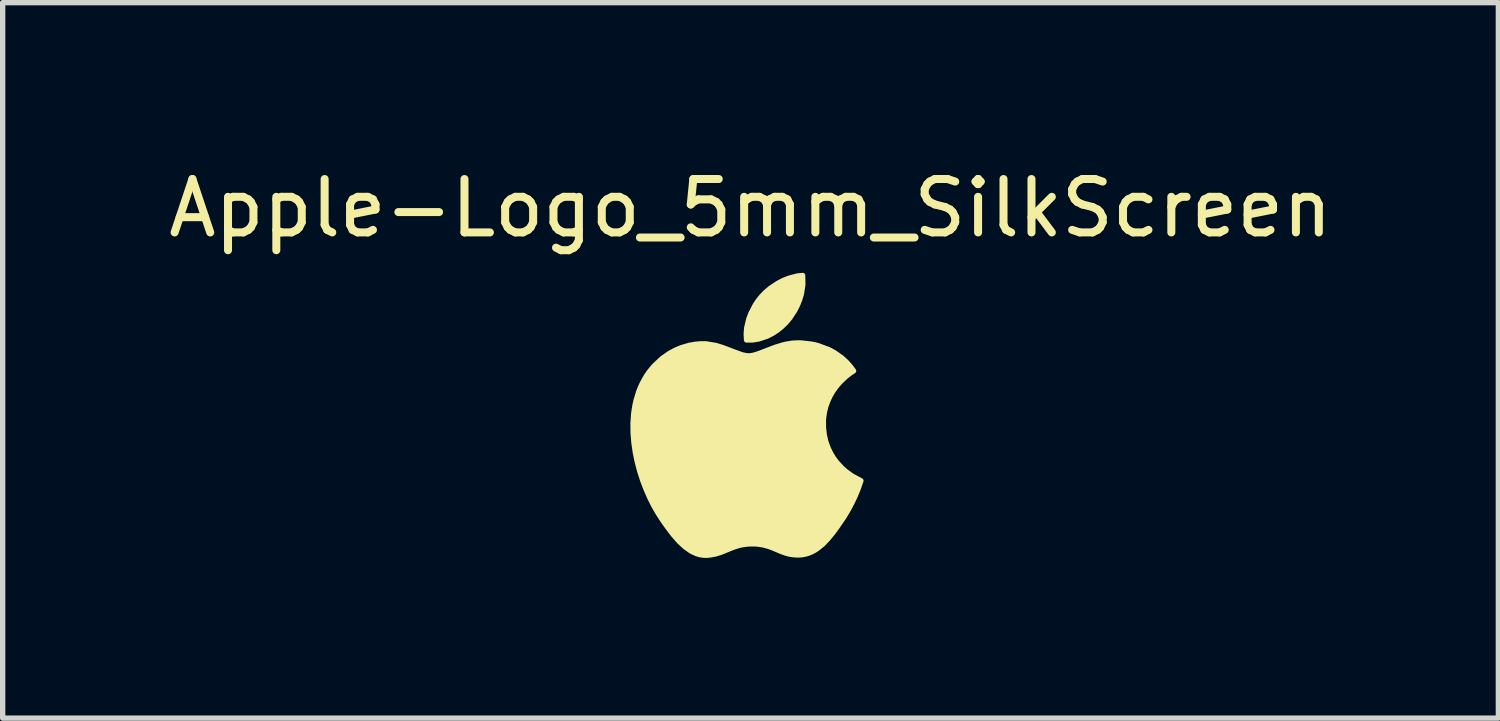
<source format=kicad_pcb>
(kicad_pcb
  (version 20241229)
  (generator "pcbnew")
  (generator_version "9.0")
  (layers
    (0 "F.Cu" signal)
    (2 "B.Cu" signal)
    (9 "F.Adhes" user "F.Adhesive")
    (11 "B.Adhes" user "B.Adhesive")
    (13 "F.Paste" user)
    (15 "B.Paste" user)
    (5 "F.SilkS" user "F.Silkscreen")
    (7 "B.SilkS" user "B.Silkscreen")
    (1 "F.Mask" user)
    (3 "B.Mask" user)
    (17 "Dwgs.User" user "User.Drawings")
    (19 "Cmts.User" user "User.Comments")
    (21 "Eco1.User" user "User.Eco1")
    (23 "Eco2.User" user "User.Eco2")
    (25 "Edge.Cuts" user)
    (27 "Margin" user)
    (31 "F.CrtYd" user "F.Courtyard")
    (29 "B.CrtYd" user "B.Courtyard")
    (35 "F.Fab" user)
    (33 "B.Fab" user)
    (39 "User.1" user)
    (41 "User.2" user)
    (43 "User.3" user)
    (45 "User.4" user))
  (footprint "Apple-Logo_5mm_SilkScreen"
    (layer "F.Cu")
    (at 11.006 5.166)
    (property "Reference" "Apple-Logo_5mm_SilkScreen" (at 0 -4.318 0) (layer "F.SilkS") (effects (font (size 1 1) (thickness 0.15))))
    (attr board_only exclude_from_pos_files exclude_from_bom)
    (fp_line (start -2.2 -0.284) (end -2.188 -0.461) (stroke (width 0.017) (type solid)) (layer "F.SilkS"))
    (fp_line (start -2.198 -0.104) (end -2.2 -0.284) (stroke (width 0.017) (type solid)) (layer "F.SilkS"))
    (fp_line (start -2.188 -0.461) (end -2.176 -0.549) (stroke (width 0.017) (type solid)) (layer "F.SilkS"))
    (fp_line (start -2.183 0.076) (end -2.198 -0.104) (stroke (width 0.017) (type solid)) (layer "F.SilkS"))
    (fp_line (start -2.176 -0.549) (end -2.161 -0.635) (stroke (width 0.017) (type solid)) (layer "F.SilkS"))
    (fp_line (start -2.161 -0.635) (end -2.142 -0.72) (stroke (width 0.017) (type solid)) (layer "F.SilkS"))
    (fp_line (start -2.157 0.256) (end -2.183 0.076) (stroke (width 0.017) (type solid)) (layer "F.SilkS"))
    (fp_line (start -2.142 -0.72) (end -2.118 -0.804) (stroke (width 0.017) (type solid)) (layer "F.SilkS"))
    (fp_line (start -2.12 0.435) (end -2.157 0.256) (stroke (width 0.017) (type solid)) (layer "F.SilkS"))
    (fp_line (start -2.118 -0.804) (end -2.091 -0.886) (stroke (width 0.017) (type solid)) (layer "F.SilkS"))
    (fp_line (start -2.091 -0.886) (end -2.059 -0.966) (stroke (width 0.017) (type solid)) (layer "F.SilkS"))
    (fp_line (start -2.074 0.61) (end -2.12 0.435) (stroke (width 0.017) (type solid)) (layer "F.SilkS"))
    (fp_line (start -2.059 -0.966) (end -2.022 -1.044) (stroke (width 0.017) (type solid)) (layer "F.SilkS"))
    (fp_line (start -2.022 -1.044) (end -1.981 -1.121) (stroke (width 0.017) (type solid)) (layer "F.SilkS"))
    (fp_line (start -2.019 0.78) (end -2.074 0.61) (stroke (width 0.017) (type solid)) (layer "F.SilkS"))
    (fp_line (start -1.981 -1.121) (end -1.981 -1.121) (stroke (width 0.017) (type solid)) (layer "F.SilkS"))
    (fp_line (start -1.981 -1.121) (end -1.959 -1.158) (stroke (width 0.017) (type solid)) (layer "F.SilkS"))
    (fp_line (start -1.959 -1.158) (end -1.936 -1.194) (stroke (width 0.017) (type solid)) (layer "F.SilkS"))
    (fp_line (start -1.956 0.945) (end -2.019 0.78) (stroke (width 0.017) (type solid)) (layer "F.SilkS"))
    (fp_line (start -1.936 -1.194) (end -1.912 -1.229) (stroke (width 0.017) (type solid)) (layer "F.SilkS"))
    (fp_line (start -1.912 -1.229) (end -1.887 -1.263) (stroke (width 0.017) (type solid)) (layer "F.SilkS"))
    (fp_line (start -1.887 -1.263) (end -1.861 -1.296) (stroke (width 0.017) (type solid)) (layer "F.SilkS"))
    (fp_line (start -1.887 1.103) (end -1.956 0.945) (stroke (width 0.017) (type solid)) (layer "F.SilkS"))
    (fp_line (start -1.861 -1.296) (end -1.834 -1.329) (stroke (width 0.017) (type solid)) (layer "F.SilkS"))
    (fp_line (start -1.834 -1.329) (end -1.806 -1.36) (stroke (width 0.017) (type solid)) (layer "F.SilkS"))
    (fp_line (start -1.812 1.252) (end -1.887 1.103) (stroke (width 0.017) (type solid)) (layer "F.SilkS"))
    (fp_line (start -1.806 -1.36) (end -1.778 -1.39) (stroke (width 0.017) (type solid)) (layer "F.SilkS"))
    (fp_line (start -1.778 -1.39) (end -1.748 -1.42) (stroke (width 0.017) (type solid)) (layer "F.SilkS"))
    (fp_line (start -1.748 -1.42) (end -1.718 -1.448) (stroke (width 0.017) (type solid)) (layer "F.SilkS"))
    (fp_line (start -1.732 1.392) (end -1.812 1.252) (stroke (width 0.017) (type solid)) (layer "F.SilkS"))
    (fp_line (start -1.718 -1.448) (end -1.655 -1.502) (stroke (width 0.017) (type solid)) (layer "F.SilkS"))
    (fp_line (start -1.655 -1.502) (end -1.622 -1.527) (stroke (width 0.017) (type solid)) (layer "F.SilkS"))
    (fp_line (start -1.649 1.52) (end -1.732 1.392) (stroke (width 0.017) (type solid)) (layer "F.SilkS"))
    (fp_line (start -1.649 1.52) (end -1.649 1.52) (stroke (width 0.017) (type solid)) (layer "F.SilkS"))
    (fp_line (start -1.622 -1.527) (end -1.589 -1.551) (stroke (width 0.017) (type solid)) (layer "F.SilkS"))
    (fp_line (start -1.589 -1.551) (end -1.555 -1.574) (stroke (width 0.017) (type solid)) (layer "F.SilkS"))
    (fp_line (start -1.565 1.64) (end -1.649 1.52) (stroke (width 0.017) (type solid)) (layer "F.SilkS"))
    (fp_line (start -1.555 -1.574) (end -1.52 -1.596) (stroke (width 0.017) (type solid)) (layer "F.SilkS"))
    (fp_line (start -1.521 1.7) (end -1.565 1.64) (stroke (width 0.017) (type solid)) (layer "F.SilkS"))
    (fp_line (start -1.52 -1.596) (end -1.485 -1.617) (stroke (width 0.017) (type solid)) (layer "F.SilkS"))
    (fp_line (start -1.485 -1.617) (end -1.449 -1.636) (stroke (width 0.017) (type solid)) (layer "F.SilkS"))
    (fp_line (start -1.476 1.759) (end -1.521 1.7) (stroke (width 0.017) (type solid)) (layer "F.SilkS"))
    (fp_line (start -1.449 -1.636) (end -1.412 -1.655) (stroke (width 0.017) (type solid)) (layer "F.SilkS"))
    (fp_line (start -1.429 1.817) (end -1.476 1.759) (stroke (width 0.017) (type solid)) (layer "F.SilkS"))
    (fp_line (start -1.412 -1.655) (end -1.375 -1.672) (stroke (width 0.017) (type solid)) (layer "F.SilkS"))
    (fp_line (start -1.382 1.873) (end -1.429 1.817) (stroke (width 0.017) (type solid)) (layer "F.SilkS"))
    (fp_line (start -1.375 -1.672) (end -1.338 -1.688) (stroke (width 0.017) (type solid)) (layer "F.SilkS"))
    (fp_line (start -1.338 -1.688) (end -1.299 -1.703) (stroke (width 0.017) (type solid)) (layer "F.SilkS"))
    (fp_line (start -1.333 1.926) (end -1.382 1.873) (stroke (width 0.017) (type solid)) (layer "F.SilkS"))
    (fp_line (start -1.299 -1.703) (end -1.261 -1.716) (stroke (width 0.017) (type solid)) (layer "F.SilkS"))
    (fp_line (start -1.282 1.976) (end -1.333 1.926) (stroke (width 0.017) (type solid)) (layer "F.SilkS"))
    (fp_line (start -1.261 -1.716) (end -1.222 -1.728) (stroke (width 0.017) (type solid)) (layer "F.SilkS"))
    (fp_line (start -1.23 2.021) (end -1.282 1.976) (stroke (width 0.017) (type solid)) (layer "F.SilkS"))
    (fp_line (start -1.222 -1.728) (end -1.182 -1.739) (stroke (width 0.017) (type solid)) (layer "F.SilkS"))
    (fp_line (start -1.182 -1.739) (end -1.143 -1.749) (stroke (width 0.017) (type solid)) (layer "F.SilkS"))
    (fp_line (start -1.177 2.063) (end -1.23 2.021) (stroke (width 0.017) (type solid)) (layer "F.SilkS"))
    (fp_line (start -1.15 2.082) (end -1.177 2.063) (stroke (width 0.017) (type solid)) (layer "F.SilkS"))
    (fp_line (start -1.143 -1.749) (end -1.102 -1.757) (stroke (width 0.017) (type solid)) (layer "F.SilkS"))
    (fp_line (start -1.122 2.099) (end -1.15 2.082) (stroke (width 0.017) (type solid)) (layer "F.SilkS"))
    (fp_line (start -1.102 -1.757) (end -1.062 -1.764) (stroke (width 0.017) (type solid)) (layer "F.SilkS"))
    (fp_line (start -1.094 2.115) (end -1.122 2.099) (stroke (width 0.017) (type solid)) (layer "F.SilkS"))
    (fp_line (start -1.066 2.13) (end -1.094 2.115) (stroke (width 0.017) (type solid)) (layer "F.SilkS"))
    (fp_line (start -1.062 -1.764) (end -1.021 -1.769) (stroke (width 0.017) (type solid)) (layer "F.SilkS"))
    (fp_line (start -1.037 2.143) (end -1.066 2.13) (stroke (width 0.017) (type solid)) (layer "F.SilkS"))
    (fp_line (start -1.021 -1.769) (end -0.98 -1.774) (stroke (width 0.017) (type solid)) (layer "F.SilkS"))
    (fp_line (start -1.007 2.154) (end -1.037 2.143) (stroke (width 0.017) (type solid)) (layer "F.SilkS"))
    (fp_line (start -0.98 -1.774) (end -0.939 -1.776) (stroke (width 0.017) (type solid)) (layer "F.SilkS"))
    (fp_line (start -0.978 2.163) (end -1.007 2.154) (stroke (width 0.017) (type solid)) (layer "F.SilkS"))
    (fp_line (start -0.947 2.171) (end -0.978 2.163) (stroke (width 0.017) (type solid)) (layer "F.SilkS"))
    (fp_line (start -0.939 -1.776) (end -0.897 -1.778) (stroke (width 0.017) (type solid)) (layer "F.SilkS"))
    (fp_line (start -0.917 2.177) (end -0.947 2.171) (stroke (width 0.017) (type solid)) (layer "F.SilkS"))
    (fp_line (start -0.897 -1.778) (end -0.897 -1.778) (stroke (width 0.017) (type solid)) (layer "F.SilkS"))
    (fp_line (start -0.897 -1.778) (end -0.865 -1.777) (stroke (width 0.017) (type solid)) (layer "F.SilkS"))
    (fp_line (start -0.885 2.181) (end -0.917 2.177) (stroke (width 0.017) (type solid)) (layer "F.SilkS"))
    (fp_line (start -0.865 -1.777) (end -0.834 -1.776) (stroke (width 0.017) (type solid)) (layer "F.SilkS"))
    (fp_line (start -0.854 2.183) (end -0.885 2.181) (stroke (width 0.017) (type solid)) (layer "F.SilkS"))
    (fp_line (start -0.834 -1.776) (end -0.771 -1.77) (stroke (width 0.017) (type solid)) (layer "F.SilkS"))
    (fp_line (start -0.822 2.183) (end -0.854 2.183) (stroke (width 0.017) (type solid)) (layer "F.SilkS"))
    (fp_line (start -0.822 2.183) (end -0.822 2.183) (stroke (width 0.017) (type solid)) (layer "F.SilkS"))
    (fp_line (start -0.791 2.181) (end -0.822 2.183) (stroke (width 0.017) (type solid)) (layer "F.SilkS"))
    (fp_line (start -0.771 -1.77) (end -0.709 -1.759) (stroke (width 0.017) (type solid)) (layer "F.SilkS"))
    (fp_line (start -0.762 2.178) (end -0.791 2.181) (stroke (width 0.017) (type solid)) (layer "F.SilkS"))
    (fp_line (start -0.709 -1.759) (end -0.648 -1.745) (stroke (width 0.017) (type solid)) (layer "F.SilkS"))
    (fp_line (start -0.706 2.17) (end -0.762 2.178) (stroke (width 0.017) (type solid)) (layer "F.SilkS"))
    (fp_line (start -0.654 2.158) (end -0.706 2.17) (stroke (width 0.017) (type solid)) (layer "F.SilkS"))
    (fp_line (start -0.648 -1.745) (end -0.588 -1.728) (stroke (width 0.017) (type solid)) (layer "F.SilkS"))
    (fp_line (start -0.604 2.144) (end -0.654 2.158) (stroke (width 0.017) (type solid)) (layer "F.SilkS"))
    (fp_line (start -0.588 -1.728) (end -0.529 -1.708) (stroke (width 0.017) (type solid)) (layer "F.SilkS"))
    (fp_line (start -0.556 2.127) (end -0.604 2.144) (stroke (width 0.017) (type solid)) (layer "F.SilkS"))
    (fp_line (start -0.529 -1.708) (end -0.415 -1.666) (stroke (width 0.017) (type solid)) (layer "F.SilkS"))
    (fp_line (start -0.51 2.109) (end -0.556 2.127) (stroke (width 0.017) (type solid)) (layer "F.SilkS"))
    (fp_line (start -0.418 2.071) (end -0.51 2.109) (stroke (width 0.017) (type solid)) (layer "F.SilkS"))
    (fp_line (start -0.415 -1.666) (end -0.307 -1.624) (stroke (width 0.017) (type solid)) (layer "F.SilkS"))
    (fp_line (start -0.372 2.051) (end -0.418 2.071) (stroke (width 0.017) (type solid)) (layer "F.SilkS"))
    (fp_line (start -0.324 2.033) (end -0.372 2.051) (stroke (width 0.017) (type solid)) (layer "F.SilkS"))
    (fp_line (start -0.307 -1.624) (end -0.207 -1.586) (stroke (width 0.017) (type solid)) (layer "F.SilkS"))
    (fp_line (start -0.273 2.016) (end -0.324 2.033) (stroke (width 0.017) (type solid)) (layer "F.SilkS"))
    (fp_line (start -0.22 2) (end -0.273 2.016) (stroke (width 0.017) (type solid)) (layer "F.SilkS"))
    (fp_line (start -0.207 -1.586) (end -0.16 -1.571) (stroke (width 0.017) (type solid)) (layer "F.SilkS"))
    (fp_line (start -0.163 1.987) (end -0.22 2) (stroke (width 0.017) (type solid)) (layer "F.SilkS"))
    (fp_line (start -0.16 -1.571) (end -0.115 -1.56) (stroke (width 0.017) (type solid)) (layer "F.SilkS"))
    (fp_line (start -0.115 -1.56) (end -0.072 -1.552) (stroke (width 0.017) (type solid)) (layer "F.SilkS"))
    (fp_line (start -0.102 1.977) (end -0.163 1.987) (stroke (width 0.017) (type solid)) (layer "F.SilkS"))
    (fp_line (start -0.08 -1.963) (end -0.079 -1.906) (stroke (width 0.017) (type solid)) (layer "F.SilkS"))
    (fp_line (start -0.079 -1.906) (end -0.077 -1.878) (stroke (width 0.017) (type solid)) (layer "F.SilkS"))
    (fp_line (start -0.077 -2.019) (end -0.08 -1.963) (stroke (width 0.017) (type solid)) (layer "F.SilkS"))
    (fp_line (start -0.077 -1.878) (end -0.074 -1.849) (stroke (width 0.017) (type solid)) (layer "F.SilkS"))
    (fp_line (start -0.074 -1.849) (end -0.074 -1.849) (stroke (width 0.017) (type solid)) (layer "F.SilkS"))
    (fp_line (start -0.074 -1.849) (end -0.018 -1.847) (stroke (width 0.017) (type solid)) (layer "F.SilkS"))
    (fp_line (start -0.072 -1.552) (end -0.032 -1.55) (stroke (width 0.017) (type solid)) (layer "F.SilkS"))
    (fp_line (start -0.071 -2.075) (end -0.077 -2.019) (stroke (width 0.017) (type solid)) (layer "F.SilkS"))
    (fp_line (start -0.069 1.973) (end -0.102 1.977) (stroke (width 0.017) (type solid)) (layer "F.SilkS"))
    (fp_line (start -0.061 -2.131) (end -0.071 -2.075) (stroke (width 0.017) (type solid)) (layer "F.SilkS"))
    (fp_line (start -0.048 -2.186) (end -0.061 -2.131) (stroke (width 0.017) (type solid)) (layer "F.SilkS"))
    (fp_line (start -0.035 1.971) (end -0.069 1.973) (stroke (width 0.017) (type solid)) (layer "F.SilkS"))
    (fp_line (start -0.032 -1.55) (end -0.032 -1.55) (stroke (width 0.017) (type solid)) (layer "F.SilkS"))
    (fp_line (start -0.032 -1.55) (end -0.012 -1.551) (stroke (width 0.017) (type solid)) (layer "F.SilkS"))
    (fp_line (start -0.032 -2.241) (end -0.048 -2.186) (stroke (width 0.017) (type solid)) (layer "F.SilkS"))
    (fp_line (start -0.018 -1.847) (end 0.037 -1.85) (stroke (width 0.017) (type solid)) (layer "F.SilkS"))
    (fp_line (start -0.013 -2.294) (end -0.032 -2.241) (stroke (width 0.017) (type solid)) (layer "F.SilkS"))
    (fp_line (start -0.012 -1.551) (end 0.009 -1.553) (stroke (width 0.017) (type solid)) (layer "F.SilkS"))
    (fp_line (start 0 1.969) (end -0.035 1.971) (stroke (width 0.017) (type solid)) (layer "F.SilkS"))
    (fp_line (start 0.008 -2.346) (end -0.013 -2.294) (stroke (width 0.017) (type solid)) (layer "F.SilkS"))
    (fp_line (start 0.009 -1.553) (end 0.054 -1.562) (stroke (width 0.017) (type solid)) (layer "F.SilkS"))
    (fp_line (start 0.031 -2.397) (end 0.008 -2.346) (stroke (width 0.017) (type solid)) (layer "F.SilkS"))
    (fp_line (start 0.037 -1.85) (end 0.092 -1.856) (stroke (width 0.017) (type solid)) (layer "F.SilkS"))
    (fp_line (start 0.037 1.968) (end 0 1.969) (stroke (width 0.017) (type solid)) (layer "F.SilkS"))
    (fp_line (start 0.037 1.968) (end 0.037 1.968) (stroke (width 0.017) (type solid)) (layer "F.SilkS"))
    (fp_line (start 0.054 -1.562) (end 0.102 -1.576) (stroke (width 0.017) (type solid)) (layer "F.SilkS"))
    (fp_line (start 0.057 -2.446) (end 0.031 -2.397) (stroke (width 0.017) (type solid)) (layer "F.SilkS"))
    (fp_line (start 0.074 1.969) (end 0.037 1.968) (stroke (width 0.017) (type solid)) (layer "F.SilkS"))
    (fp_line (start 0.084 -2.493) (end 0.057 -2.446) (stroke (width 0.017) (type solid)) (layer "F.SilkS"))
    (fp_line (start 0.092 -1.856) (end 0.146 -1.867) (stroke (width 0.017) (type solid)) (layer "F.SilkS"))
    (fp_line (start 0.102 -1.576) (end 0.155 -1.593) (stroke (width 0.017) (type solid)) (layer "F.SilkS"))
    (fp_line (start 0.109 1.971) (end 0.074 1.969) (stroke (width 0.017) (type solid)) (layer "F.SilkS"))
    (fp_line (start 0.112 -2.538) (end 0.084 -2.493) (stroke (width 0.017) (type solid)) (layer "F.SilkS"))
    (fp_line (start 0.142 -2.581) (end 0.112 -2.538) (stroke (width 0.017) (type solid)) (layer "F.SilkS"))
    (fp_line (start 0.142 1.974) (end 0.109 1.971) (stroke (width 0.017) (type solid)) (layer "F.SilkS"))
    (fp_line (start 0.146 -1.867) (end 0.2 -1.881) (stroke (width 0.017) (type solid)) (layer "F.SilkS"))
    (fp_line (start 0.155 -1.593) (end 0.394 -1.685) (stroke (width 0.017) (type solid)) (layer "F.SilkS"))
    (fp_line (start 0.173 -2.622) (end 0.142 -2.581) (stroke (width 0.017) (type solid)) (layer "F.SilkS"))
    (fp_line (start 0.175 1.978) (end 0.142 1.974) (stroke (width 0.017) (type solid)) (layer "F.SilkS"))
    (fp_line (start 0.2 -1.881) (end 0.253 -1.898) (stroke (width 0.017) (type solid)) (layer "F.SilkS"))
    (fp_line (start 0.204 -2.66) (end 0.173 -2.622) (stroke (width 0.017) (type solid)) (layer "F.SilkS"))
    (fp_line (start 0.204 -2.66) (end 0.204 -2.66) (stroke (width 0.017) (type solid)) (layer "F.SilkS"))
    (fp_line (start 0.206 1.982) (end 0.175 1.978) (stroke (width 0.017) (type solid)) (layer "F.SilkS"))
    (fp_line (start 0.236 1.988) (end 0.206 1.982) (stroke (width 0.017) (type solid)) (layer "F.SilkS"))
    (fp_line (start 0.241 -2.701) (end 0.204 -2.66) (stroke (width 0.017) (type solid)) (layer "F.SilkS"))
    (fp_line (start 0.253 -1.898) (end 0.306 -1.919) (stroke (width 0.017) (type solid)) (layer "F.SilkS"))
    (fp_line (start 0.281 -2.74) (end 0.241 -2.701) (stroke (width 0.017) (type solid)) (layer "F.SilkS"))
    (fp_line (start 0.292 2.002) (end 0.236 1.988) (stroke (width 0.017) (type solid)) (layer "F.SilkS"))
    (fp_line (start 0.306 -1.919) (end 0.357 -1.943) (stroke (width 0.017) (type solid)) (layer "F.SilkS"))
    (fp_line (start 0.323 -2.778) (end 0.281 -2.74) (stroke (width 0.017) (type solid)) (layer "F.SilkS"))
    (fp_line (start 0.345 2.018) (end 0.292 2.002) (stroke (width 0.017) (type solid)) (layer "F.SilkS"))
    (fp_line (start 0.357 -1.943) (end 0.407 -1.97) (stroke (width 0.017) (type solid)) (layer "F.SilkS"))
    (fp_line (start 0.368 -2.814) (end 0.323 -2.778) (stroke (width 0.017) (type solid)) (layer "F.SilkS"))
    (fp_line (start 0.394 -1.685) (end 0.46 -1.71) (stroke (width 0.017) (type solid)) (layer "F.SilkS"))
    (fp_line (start 0.394 2.036) (end 0.345 2.018) (stroke (width 0.017) (type solid)) (layer "F.SilkS"))
    (fp_line (start 0.407 -1.97) (end 0.455 -2) (stroke (width 0.017) (type solid)) (layer "F.SilkS"))
    (fp_line (start 0.414 -2.848) (end 0.368 -2.814) (stroke (width 0.017) (type solid)) (layer "F.SilkS"))
    (fp_line (start 0.442 2.055) (end 0.394 2.036) (stroke (width 0.017) (type solid)) (layer "F.SilkS"))
    (fp_line (start 0.455 -2) (end 0.502 -2.032) (stroke (width 0.017) (type solid)) (layer "F.SilkS"))
    (fp_line (start 0.46 -1.71) (end 0.529 -1.732) (stroke (width 0.017) (type solid)) (layer "F.SilkS"))
    (fp_line (start 0.462 -2.88) (end 0.414 -2.848) (stroke (width 0.017) (type solid)) (layer "F.SilkS"))
    (fp_line (start 0.488 2.075) (end 0.442 2.055) (stroke (width 0.017) (type solid)) (layer "F.SilkS"))
    (fp_line (start 0.502 -2.032) (end 0.546 -2.066) (stroke (width 0.017) (type solid)) (layer "F.SilkS"))
    (fp_line (start 0.512 -2.91) (end 0.462 -2.88) (stroke (width 0.017) (type solid)) (layer "F.SilkS"))
    (fp_line (start 0.529 -1.732) (end 0.599 -1.753) (stroke (width 0.017) (type solid)) (layer "F.SilkS"))
    (fp_line (start 0.546 -2.066) (end 0.589 -2.102) (stroke (width 0.017) (type solid)) (layer "F.SilkS"))
    (fp_line (start 0.562 -2.938) (end 0.512 -2.91) (stroke (width 0.017) (type solid)) (layer "F.SilkS"))
    (fp_line (start 0.58 2.114) (end 0.488 2.075) (stroke (width 0.017) (type solid)) (layer "F.SilkS"))
    (fp_line (start 0.589 -2.102) (end 0.63 -2.14) (stroke (width 0.017) (type solid)) (layer "F.SilkS"))
    (fp_line (start 0.599 -1.753) (end 0.671 -1.77) (stroke (width 0.017) (type solid)) (layer "F.SilkS"))
    (fp_line (start 0.614 -2.963) (end 0.562 -2.938) (stroke (width 0.017) (type solid)) (layer "F.SilkS"))
    (fp_line (start 0.626 2.131) (end 0.58 2.114) (stroke (width 0.017) (type solid)) (layer "F.SilkS"))
    (fp_line (start 0.63 -2.14) (end 0.668 -2.18) (stroke (width 0.017) (type solid)) (layer "F.SilkS"))
    (fp_line (start 0.666 -2.985) (end 0.614 -2.963) (stroke (width 0.017) (type solid)) (layer "F.SilkS"))
    (fp_line (start 0.668 -2.18) (end 0.704 -2.221) (stroke (width 0.017) (type solid)) (layer "F.SilkS"))
    (fp_line (start 0.671 -1.77) (end 0.745 -1.783) (stroke (width 0.017) (type solid)) (layer "F.SilkS"))
    (fp_line (start 0.675 2.147) (end 0.626 2.131) (stroke (width 0.017) (type solid)) (layer "F.SilkS"))
    (fp_line (start 0.704 -2.221) (end 0.737 -2.263) (stroke (width 0.017) (type solid)) (layer "F.SilkS"))
    (fp_line (start 0.719 -3.005) (end 0.666 -2.985) (stroke (width 0.017) (type solid)) (layer "F.SilkS"))
    (fp_line (start 0.726 2.16) (end 0.675 2.147) (stroke (width 0.017) (type solid)) (layer "F.SilkS"))
    (fp_line (start 0.737 -2.263) (end 0.769 -2.308) (stroke (width 0.017) (type solid)) (layer "F.SilkS"))
    (fp_line (start 0.745 -1.783) (end 0.782 -1.788) (stroke (width 0.017) (type solid)) (layer "F.SilkS"))
    (fp_line (start 0.753 2.165) (end 0.726 2.16) (stroke (width 0.017) (type solid)) (layer "F.SilkS"))
    (fp_line (start 0.769 -2.308) (end 0.8 -2.354) (stroke (width 0.017) (type solid)) (layer "F.SilkS"))
    (fp_line (start 0.771 -3.022) (end 0.719 -3.005) (stroke (width 0.017) (type solid)) (layer "F.SilkS"))
    (fp_line (start 0.78 2.169) (end 0.753 2.165) (stroke (width 0.017) (type solid)) (layer "F.SilkS"))
    (fp_line (start 0.782 -1.788) (end 0.819 -1.792) (stroke (width 0.017) (type solid)) (layer "F.SilkS"))
    (fp_line (start 0.8 -2.354) (end 0.828 -2.402) (stroke (width 0.017) (type solid)) (layer "F.SilkS"))
    (fp_line (start 0.809 2.173) (end 0.78 2.169) (stroke (width 0.017) (type solid)) (layer "F.SilkS"))
    (fp_line (start 0.819 -1.792) (end 0.857 -1.794) (stroke (width 0.017) (type solid)) (layer "F.SilkS"))
    (fp_line (start 0.823 -3.036) (end 0.771 -3.022) (stroke (width 0.017) (type solid)) (layer "F.SilkS"))
    (fp_line (start 0.828 -2.402) (end 0.855 -2.451) (stroke (width 0.017) (type solid)) (layer "F.SilkS"))
    (fp_line (start 0.839 2.175) (end 0.809 2.173) (stroke (width 0.017) (type solid)) (layer "F.SilkS"))
    (fp_line (start 0.855 -2.451) (end 0.879 -2.502) (stroke (width 0.017) (type solid)) (layer "F.SilkS"))
    (fp_line (start 0.857 -1.794) (end 0.895 -1.794) (stroke (width 0.017) (type solid)) (layer "F.SilkS"))
    (fp_line (start 0.87 2.176) (end 0.839 2.175) (stroke (width 0.017) (type solid)) (layer "F.SilkS"))
    (fp_line (start 0.875 -3.046) (end 0.823 -3.036) (stroke (width 0.017) (type solid)) (layer "F.SilkS"))
    (fp_line (start 0.879 -2.502) (end 0.902 -2.554) (stroke (width 0.017) (type solid)) (layer "F.SilkS"))
    (fp_line (start 0.895 -1.794) (end 0.933 -1.793) (stroke (width 0.017) (type solid)) (layer "F.SilkS"))
    (fp_line (start 0.902 -2.554) (end 0.921 -2.607) (stroke (width 0.017) (type solid)) (layer "F.SilkS"))
    (fp_line (start 0.902 2.177) (end 0.87 2.176) (stroke (width 0.017) (type solid)) (layer "F.SilkS"))
    (fp_line (start 0.902 2.177) (end 0.902 2.177) (stroke (width 0.017) (type solid)) (layer "F.SilkS"))
    (fp_line (start 0.921 -2.607) (end 0.939 -2.661) (stroke (width 0.017) (type solid)) (layer "F.SilkS"))
    (fp_line (start 0.926 -3.054) (end 0.875 -3.046) (stroke (width 0.017) (type solid)) (layer "F.SilkS"))
    (fp_line (start 0.933 -1.793) (end 0.971 -1.79) (stroke (width 0.017) (type solid)) (layer "F.SilkS"))
    (fp_line (start 0.935 2.175) (end 0.902 2.177) (stroke (width 0.017) (type solid)) (layer "F.SilkS"))
    (fp_line (start 0.939 -2.661) (end 0.953 -2.716) (stroke (width 0.017) (type solid)) (layer "F.SilkS"))
    (fp_line (start 0.953 -2.716) (end 0.965 -2.772) (stroke (width 0.017) (type solid)) (layer "F.SilkS"))
    (fp_line (start 0.965 -2.772) (end 0.974 -2.828) (stroke (width 0.017) (type solid)) (layer "F.SilkS"))
    (fp_line (start 0.967 2.172) (end 0.935 2.175) (stroke (width 0.017) (type solid)) (layer "F.SilkS"))
    (fp_line (start 0.971 -1.79) (end 0.971 -1.79) (stroke (width 0.017) (type solid)) (layer "F.SilkS"))
    (fp_line (start 0.971 -1.79) (end 1.049 -1.784) (stroke (width 0.017) (type solid)) (layer "F.SilkS"))
    (fp_line (start 0.974 -2.828) (end 0.979 -2.885) (stroke (width 0.017) (type solid)) (layer "F.SilkS"))
    (fp_line (start 0.976 -3.057) (end 0.926 -3.054) (stroke (width 0.017) (type solid)) (layer "F.SilkS"))
    (fp_line (start 0.976 -3.057) (end 0.976 -3.057) (stroke (width 0.017) (type solid)) (layer "F.SilkS"))
    (fp_line (start 0.979 -2.885) (end 0.982 -2.942) (stroke (width 0.017) (type solid)) (layer "F.SilkS"))
    (fp_line (start 0.981 -3) (end 0.976 -3.057) (stroke (width 0.017) (type solid)) (layer "F.SilkS"))
    (fp_line (start 0.982 -2.942) (end 0.981 -3) (stroke (width 0.017) (type solid)) (layer "F.SilkS"))
    (fp_line (start 0.999 2.167) (end 0.967 2.172) (stroke (width 0.017) (type solid)) (layer "F.SilkS"))
    (fp_line (start 1.03 2.16) (end 0.999 2.167) (stroke (width 0.017) (type solid)) (layer "F.SilkS"))
    (fp_line (start 1.049 -1.784) (end 1.097 -1.778) (stroke (width 0.017) (type solid)) (layer "F.SilkS"))
    (fp_line (start 1.06 2.152) (end 1.03 2.16) (stroke (width 0.017) (type solid)) (layer "F.SilkS"))
    (fp_line (start 1.09 2.142) (end 1.06 2.152) (stroke (width 0.017) (type solid)) (layer "F.SilkS"))
    (fp_line (start 1.097 -1.778) (end 1.15 -1.769) (stroke (width 0.017) (type solid)) (layer "F.SilkS"))
    (fp_line (start 1.119 2.131) (end 1.09 2.142) (stroke (width 0.017) (type solid)) (layer "F.SilkS"))
    (fp_line (start 1.147 2.118) (end 1.119 2.131) (stroke (width 0.017) (type solid)) (layer "F.SilkS"))
    (fp_line (start 1.15 -1.769) (end 1.207 -1.757) (stroke (width 0.017) (type solid)) (layer "F.SilkS"))
    (fp_line (start 1.175 2.104) (end 1.147 2.118) (stroke (width 0.017) (type solid)) (layer "F.SilkS"))
    (fp_line (start 1.202 2.089) (end 1.175 2.104) (stroke (width 0.017) (type solid)) (layer "F.SilkS"))
    (fp_line (start 1.207 -1.757) (end 1.268 -1.741) (stroke (width 0.017) (type solid)) (layer "F.SilkS"))
    (fp_line (start 1.229 2.072) (end 1.202 2.089) (stroke (width 0.017) (type solid)) (layer "F.SilkS"))
    (fp_line (start 1.255 2.054) (end 1.229 2.072) (stroke (width 0.017) (type solid)) (layer "F.SilkS"))
    (fp_line (start 1.268 -1.741) (end 1.332 -1.721) (stroke (width 0.017) (type solid)) (layer "F.SilkS"))
    (fp_line (start 1.306 2.015) (end 1.255 2.054) (stroke (width 0.017) (type solid)) (layer "F.SilkS"))
    (fp_line (start 1.332 -1.721) (end 1.399 -1.697) (stroke (width 0.017) (type solid)) (layer "F.SilkS"))
    (fp_line (start 1.355 1.972) (end 1.306 2.015) (stroke (width 0.017) (type solid)) (layer "F.SilkS"))
    (fp_line (start 1.363 -0.273) (end 1.366 -0.2) (stroke (width 0.017) (type solid)) (layer "F.SilkS"))
    (fp_line (start 1.364 -0.334) (end 1.363 -0.273) (stroke (width 0.017) (type solid)) (layer "F.SilkS"))
    (fp_line (start 1.366 -0.2) (end 1.372 -0.131) (stroke (width 0.017) (type solid)) (layer "F.SilkS"))
    (fp_line (start 1.368 -0.393) (end 1.364 -0.334) (stroke (width 0.017) (type solid)) (layer "F.SilkS"))
    (fp_line (start 1.372 -0.131) (end 1.382 -0.064) (stroke (width 0.017) (type solid)) (layer "F.SilkS"))
    (fp_line (start 1.375 -0.451) (end 1.368 -0.393) (stroke (width 0.017) (type solid)) (layer "F.SilkS"))
    (fp_line (start 1.382 -0.064) (end 1.395 0) (stroke (width 0.017) (type solid)) (layer "F.SilkS"))
    (fp_line (start 1.385 -0.506) (end 1.375 -0.451) (stroke (width 0.017) (type solid)) (layer "F.SilkS"))
    (fp_line (start 1.395 0) (end 1.411 0.061) (stroke (width 0.017) (type solid)) (layer "F.SilkS"))
    (fp_line (start 1.397 -0.559) (end 1.385 -0.506) (stroke (width 0.017) (type solid)) (layer "F.SilkS"))
    (fp_line (start 1.399 -1.697) (end 1.467 -1.667) (stroke (width 0.017) (type solid)) (layer "F.SilkS"))
    (fp_line (start 1.402 1.925) (end 1.355 1.972) (stroke (width 0.017) (type solid)) (layer "F.SilkS"))
    (fp_line (start 1.411 -0.61) (end 1.397 -0.559) (stroke (width 0.017) (type solid)) (layer "F.SilkS"))
    (fp_line (start 1.411 0.061) (end 1.43 0.119) (stroke (width 0.017) (type solid)) (layer "F.SilkS"))
    (fp_line (start 1.428 -0.659) (end 1.411 -0.61) (stroke (width 0.017) (type solid)) (layer "F.SilkS"))
    (fp_line (start 1.43 0.119) (end 1.452 0.174) (stroke (width 0.017) (type solid)) (layer "F.SilkS"))
    (fp_line (start 1.446 -0.706) (end 1.428 -0.659) (stroke (width 0.017) (type solid)) (layer "F.SilkS"))
    (fp_line (start 1.448 1.875) (end 1.402 1.925) (stroke (width 0.017) (type solid)) (layer "F.SilkS"))
    (fp_line (start 1.452 0.174) (end 1.475 0.227) (stroke (width 0.017) (type solid)) (layer "F.SilkS"))
    (fp_line (start 1.466 -0.752) (end 1.446 -0.706) (stroke (width 0.017) (type solid)) (layer "F.SilkS"))
    (fp_line (start 1.467 -1.667) (end 1.536 -1.631) (stroke (width 0.017) (type solid)) (layer "F.SilkS"))
    (fp_line (start 1.475 0.227) (end 1.501 0.276) (stroke (width 0.017) (type solid)) (layer "F.SilkS"))
    (fp_line (start 1.487 -0.795) (end 1.466 -0.752) (stroke (width 0.017) (type solid)) (layer "F.SilkS"))
    (fp_line (start 1.493 1.822) (end 1.448 1.875) (stroke (width 0.017) (type solid)) (layer "F.SilkS"))
    (fp_line (start 1.501 0.276) (end 1.528 0.324) (stroke (width 0.017) (type solid)) (layer "F.SilkS"))
    (fp_line (start 1.51 -0.836) (end 1.487 -0.795) (stroke (width 0.017) (type solid)) (layer "F.SilkS"))
    (fp_line (start 1.528 0.324) (end 1.557 0.368) (stroke (width 0.017) (type solid)) (layer "F.SilkS"))
    (fp_line (start 1.533 -0.876) (end 1.51 -0.836) (stroke (width 0.017) (type solid)) (layer "F.SilkS"))
    (fp_line (start 1.536 -1.631) (end 1.571 -1.611) (stroke (width 0.017) (type solid)) (layer "F.SilkS"))
    (fp_line (start 1.537 1.767) (end 1.493 1.822) (stroke (width 0.017) (type solid)) (layer "F.SilkS"))
    (fp_line (start 1.557 0.368) (end 1.587 0.41) (stroke (width 0.017) (type solid)) (layer "F.SilkS"))
    (fp_line (start 1.558 -0.913) (end 1.533 -0.876) (stroke (width 0.017) (type solid)) (layer "F.SilkS"))
    (fp_line (start 1.571 -1.611) (end 1.605 -1.589) (stroke (width 0.017) (type solid)) (layer "F.SilkS"))
    (fp_line (start 1.579 1.71) (end 1.537 1.767) (stroke (width 0.017) (type solid)) (layer "F.SilkS"))
    (fp_line (start 1.583 -0.949) (end 1.558 -0.913) (stroke (width 0.017) (type solid)) (layer "F.SilkS"))
    (fp_line (start 1.587 0.41) (end 1.618 0.449) (stroke (width 0.017) (type solid)) (layer "F.SilkS"))
    (fp_line (start 1.605 -1.589) (end 1.64 -1.566) (stroke (width 0.017) (type solid)) (layer "F.SilkS"))
    (fp_line (start 1.609 -0.983) (end 1.583 -0.949) (stroke (width 0.017) (type solid)) (layer "F.SilkS"))
    (fp_line (start 1.618 0.449) (end 1.65 0.486) (stroke (width 0.017) (type solid)) (layer "F.SilkS"))
    (fp_line (start 1.621 1.652) (end 1.579 1.71) (stroke (width 0.017) (type solid)) (layer "F.SilkS"))
    (fp_line (start 1.635 -1.015) (end 1.609 -0.983) (stroke (width 0.017) (type solid)) (layer "F.SilkS"))
    (fp_line (start 1.64 -1.566) (end 1.674 -1.541) (stroke (width 0.017) (type solid)) (layer "F.SilkS"))
    (fp_line (start 1.65 0.486) (end 1.715 0.553) (stroke (width 0.017) (type solid)) (layer "F.SilkS"))
    (fp_line (start 1.661 -1.044) (end 1.635 -1.015) (stroke (width 0.017) (type solid)) (layer "F.SilkS"))
    (fp_line (start 1.674 -1.541) (end 1.708 -1.514) (stroke (width 0.017) (type solid)) (layer "F.SilkS"))
    (fp_line (start 1.687 -1.072) (end 1.661 -1.044) (stroke (width 0.017) (type solid)) (layer "F.SilkS"))
    (fp_line (start 1.704 1.533) (end 1.621 1.652) (stroke (width 0.017) (type solid)) (layer "F.SilkS"))
    (fp_line (start 1.704 1.533) (end 1.704 1.533) (stroke (width 0.017) (type solid)) (layer "F.SilkS"))
    (fp_line (start 1.708 -1.514) (end 1.741 -1.485) (stroke (width 0.017) (type solid)) (layer "F.SilkS"))
    (fp_line (start 1.715 0.553) (end 1.78 0.611) (stroke (width 0.017) (type solid)) (layer "F.SilkS"))
    (fp_line (start 1.738 -1.123) (end 1.687 -1.072) (stroke (width 0.017) (type solid)) (layer "F.SilkS"))
    (fp_line (start 1.741 -1.485) (end 1.775 -1.454) (stroke (width 0.017) (type solid)) (layer "F.SilkS"))
    (fp_line (start 1.75 1.464) (end 1.704 1.533) (stroke (width 0.017) (type solid)) (layer "F.SilkS"))
    (fp_line (start 1.775 -1.454) (end 1.807 -1.422) (stroke (width 0.017) (type solid)) (layer "F.SilkS"))
    (fp_line (start 1.78 0.611) (end 1.843 0.659) (stroke (width 0.017) (type solid)) (layer "F.SilkS"))
    (fp_line (start 1.786 -1.166) (end 1.738 -1.123) (stroke (width 0.017) (type solid)) (layer "F.SilkS"))
    (fp_line (start 1.792 1.395) (end 1.75 1.464) (stroke (width 0.017) (type solid)) (layer "F.SilkS"))
    (fp_line (start 1.807 -1.422) (end 1.839 -1.387) (stroke (width 0.017) (type solid)) (layer "F.SilkS"))
    (fp_line (start 1.83 -1.201) (end 1.786 -1.166) (stroke (width 0.017) (type solid)) (layer "F.SilkS"))
    (fp_line (start 1.831 1.328) (end 1.792 1.395) (stroke (width 0.017) (type solid)) (layer "F.SilkS"))
    (fp_line (start 1.839 -1.387) (end 1.87 -1.35) (stroke (width 0.017) (type solid)) (layer "F.SilkS"))
    (fp_line (start 1.843 0.659) (end 1.902 0.7) (stroke (width 0.017) (type solid)) (layer "F.SilkS"))
    (fp_line (start 1.866 1.263) (end 1.831 1.328) (stroke (width 0.017) (type solid)) (layer "F.SilkS"))
    (fp_line (start 1.868 -1.229) (end 1.83 -1.201) (stroke (width 0.017) (type solid)) (layer "F.SilkS"))
    (fp_line (start 1.87 -1.35) (end 1.9 -1.311) (stroke (width 0.017) (type solid)) (layer "F.SilkS"))
    (fp_line (start 1.898 -1.25) (end 1.868 -1.229) (stroke (width 0.017) (type solid)) (layer "F.SilkS"))
    (fp_line (start 1.899 1.2) (end 1.866 1.263) (stroke (width 0.017) (type solid)) (layer "F.SilkS"))
    (fp_line (start 1.9 -1.311) (end 1.93 -1.27) (stroke (width 0.017) (type solid)) (layer "F.SilkS"))
    (fp_line (start 1.902 0.7) (end 1.955 0.732) (stroke (width 0.017) (type solid)) (layer "F.SilkS"))
    (fp_line (start 1.928 1.139) (end 1.899 1.2) (stroke (width 0.017) (type solid)) (layer "F.SilkS"))
    (fp_line (start 1.93 -1.27) (end 1.898 -1.25) (stroke (width 0.017) (type solid)) (layer "F.SilkS"))
    (fp_line (start 1.93 -1.27) (end 1.93 -1.27) (stroke (width 0.017) (type solid)) (layer "F.SilkS"))
    (fp_line (start 1.955 1.082) (end 1.928 1.139) (stroke (width 0.017) (type solid)) (layer "F.SilkS"))
    (fp_line (start 1.955 0.732) (end 2.035 0.773) (stroke (width 0.017) (type solid)) (layer "F.SilkS"))
    (fp_line (start 1.978 1.028) (end 1.955 1.082) (stroke (width 0.017) (type solid)) (layer "F.SilkS"))
    (fp_line (start 1.998 0.979) (end 1.978 1.028) (stroke (width 0.017) (type solid)) (layer "F.SilkS"))
    (fp_line (start 2.016 0.934) (end 1.998 0.979) (stroke (width 0.017) (type solid)) (layer "F.SilkS"))
    (fp_line (start 2.035 0.773) (end 2.067 0.787) (stroke (width 0.017) (type solid)) (layer "F.SilkS"))
    (fp_line (start 2.043 0.86) (end 2.016 0.934) (stroke (width 0.017) (type solid)) (layer "F.SilkS"))
    (fp_line (start 2.067 0.787) (end 2.043 0.86) (stroke (width 0.017) (type solid)) (layer "F.SilkS"))
    (fp_line (start 2.067 0.787) (end 2.067 0.787) (stroke (width 0.017) (type solid)) (layer "F.SilkS"))
    (fp_poly (pts (xy 0.979 -2.885) (xy 0.953 -2.716) (xy 0.921 -2.607) (xy 0.879 -2.502) (xy 0.828 -2.402) (xy 0.737 -2.263) (xy 0.668 -2.18) (xy 0.589 -2.102) (xy 0.502 -2.032) (xy 0.407 -1.97) (xy 0.306 -1.919) (xy 0.146 -1.867) (xy 0.037 -1.85) (xy -0.074 -1.849) (xy -0.08 -1.963) (xy -0.071 -2.075) (xy -0.032 -2.241) (xy 0.008 -2.346) (xy 0.084 -2.493) (xy 0.142 -2.581) (xy 0.204 -2.66) (xy 0.281 -2.74) (xy 0.368 -2.814) (xy 0.512 -2.91) (xy 0.614 -2.963) (xy 0.719 -3.005) (xy 0.875 -3.046) (xy 0.976 -3.057)) (stroke (width 0.1) (type solid)) (fill yes) (layer "F.SilkS"))
    (fp_poly (pts (xy 0.971 -1.79) (xy 1.15 -1.769) (xy 1.207 -1.757) (xy 1.268 -1.741) (xy 1.467 -1.667) (xy 1.571 -1.611) (xy 1.708 -1.514) (xy 1.775 -1.454) (xy 1.807 -1.422) (xy 1.87 -1.35) (xy 1.93 -1.27) (xy 1.868 -1.229) (xy 1.786 -1.166) (xy 1.687 -1.072) (xy 1.635 -1.015) (xy 1.583 -0.949) (xy 1.533 -0.876) (xy 1.487 -0.795) (xy 1.446 -0.706) (xy 1.411 -0.61) (xy 1.385 -0.506) (xy 1.368 -0.393) (xy 1.364 -0.334) (xy 1.366 -0.2) (xy 1.382 -0.064) (xy 1.411 0.061) (xy 1.452 0.174) (xy 1.501 0.276) (xy 1.557 0.368) (xy 1.618 0.449) (xy 1.715 0.553) (xy 1.78 0.611) (xy 1.902 0.7) (xy 2.067 0.787) (xy 2.016 0.934) (xy 1.978 1.028) (xy 1.955 1.082) (xy 1.899 1.2) (xy 1.831 1.328) (xy 1.75 1.464) (xy 1.621 1.652) (xy 1.537 1.767) (xy 1.448 1.875) (xy 1.355 1.972) (xy 1.255 2.054) (xy 1.202 2.089) (xy 1.147 2.118) (xy 1.09 2.142) (xy 1.03 2.16) (xy 0.967 2.172) (xy 0.902 2.177) (xy 0.839 2.175) (xy 0.78 2.169) (xy 0.726 2.16) (xy 0.675 2.147) (xy 0.58 2.114) (xy 0.488 2.075) (xy 0.442 2.055) (xy 0.345 2.018) (xy 0.236 1.988) (xy 0.142 1.974) (xy 0.074 1.969) (xy 0 1.969) (xy -0.069 1.973) (xy -0.163 1.987) (xy -0.22 2) (xy -0.324 2.033) (xy -0.418 2.071) (xy -0.51 2.109) (xy -0.556 2.127) (xy -0.654 2.158) (xy -0.762 2.178) (xy -0.822 2.183) (xy -0.885 2.181) (xy -0.947 2.171) (xy -1.007 2.154) (xy -1.094 2.115) (xy -1.122 2.099) (xy -1.23 2.021) (xy -1.333 1.926) (xy -1.429 1.817) (xy -1.476 1.759) (xy -1.565 1.64) (xy -1.649 1.52) (xy -1.732 1.392) (xy -1.812 1.252) (xy -1.887 1.103) (xy -1.956 0.945) (xy -2.019 0.78) (xy -2.074 0.61) (xy -2.12 0.435) (xy -2.157 0.256) (xy -2.183 0.076) (xy -2.198 -0.104) (xy -2.2 -0.284) (xy -2.188 -0.461) (xy -2.176 -0.549) (xy -2.161 -0.635) (xy -2.142 -0.72) (xy -2.091 -0.886) (xy -2.059 -0.966) (xy -2.022 -1.044) (xy -1.959 -1.158) (xy -1.936 -1.194) (xy -1.887 -1.263) (xy -1.806 -1.36) (xy -1.655 -1.502) (xy -1.52 -1.596) (xy -1.412 -1.655) (xy -1.299 -1.703) (xy -1.143 -1.749) (xy -1.021 -1.769) (xy -0.939 -1.776) (xy -0.834 -1.776) (xy -0.648 -1.745) (xy -0.529 -1.708) (xy -0.415 -1.666) (xy -0.307 -1.624) (xy -0.16 -1.571) (xy -0.072 -1.552) (xy -0.012 -1.551) (xy 0.054 -1.562) (xy 0.102 -1.576) (xy 0.155 -1.593) (xy 0.394 -1.685) (xy 0.46 -1.71) (xy 0.599 -1.753) (xy 0.671 -1.77) (xy 0.782 -1.788) (xy 0.895 -1.794)) (stroke (width 0.1) (type solid)) (fill yes) (layer "F.SilkS")))
  (gr_rect
    (start -3 -3)
    (end 25.012 10.399)
    (stroke (width 0.1) (type default))
    (fill no)
    (layer "Edge.Cuts")))
</source>
